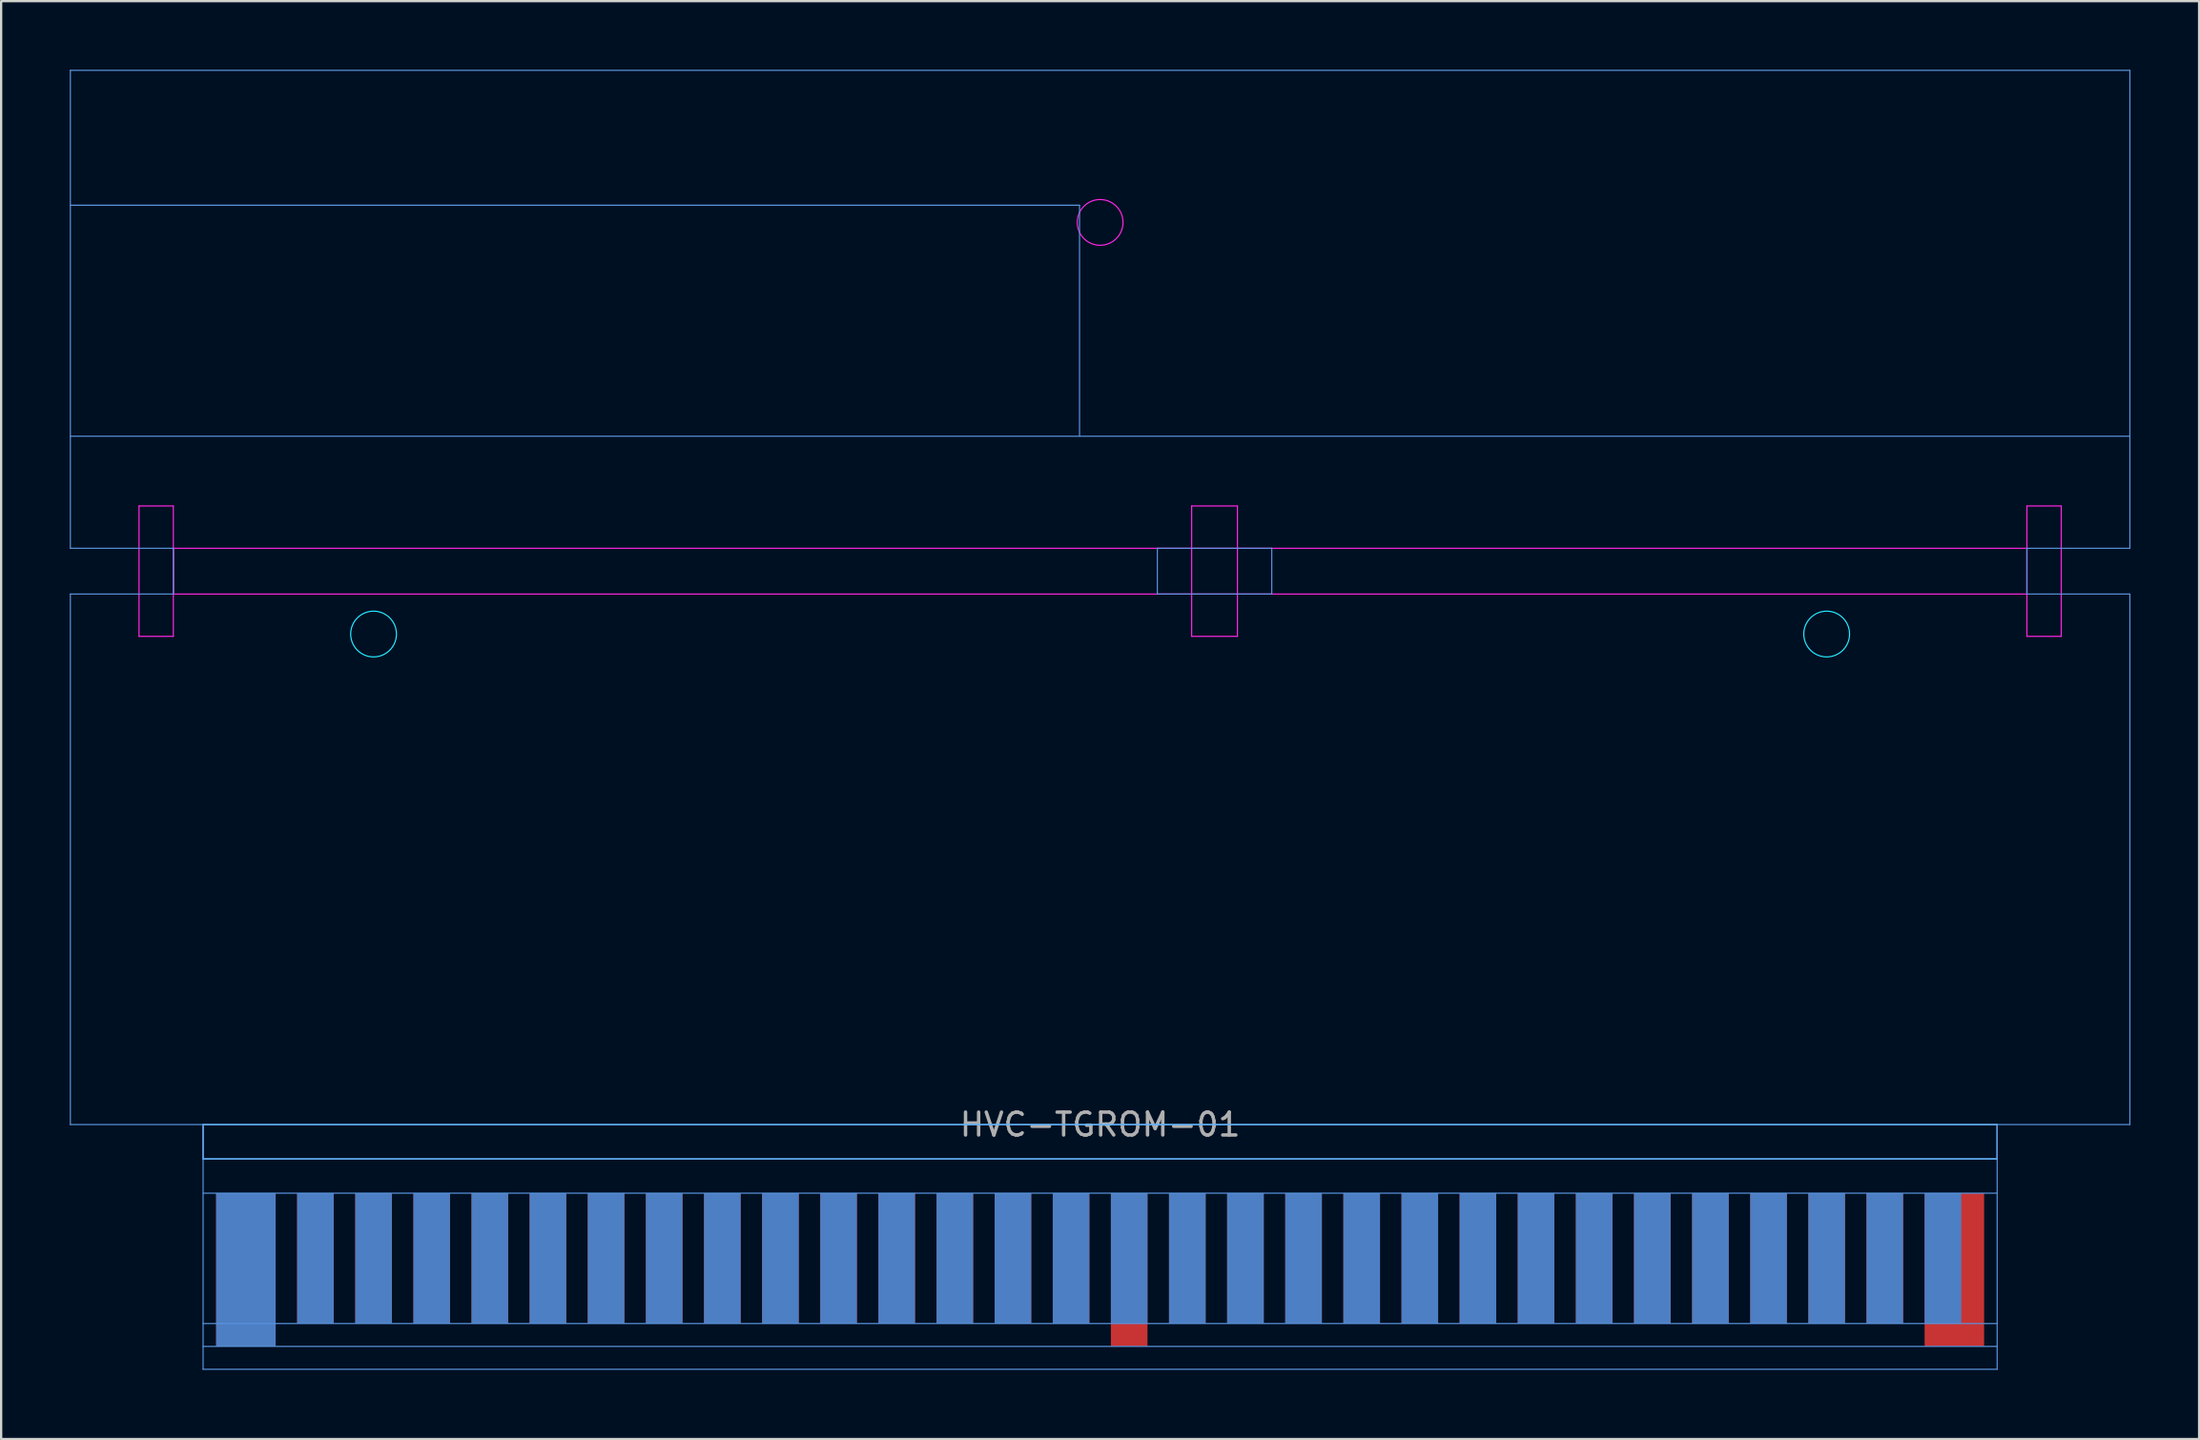
<source format=kicad_pcb>
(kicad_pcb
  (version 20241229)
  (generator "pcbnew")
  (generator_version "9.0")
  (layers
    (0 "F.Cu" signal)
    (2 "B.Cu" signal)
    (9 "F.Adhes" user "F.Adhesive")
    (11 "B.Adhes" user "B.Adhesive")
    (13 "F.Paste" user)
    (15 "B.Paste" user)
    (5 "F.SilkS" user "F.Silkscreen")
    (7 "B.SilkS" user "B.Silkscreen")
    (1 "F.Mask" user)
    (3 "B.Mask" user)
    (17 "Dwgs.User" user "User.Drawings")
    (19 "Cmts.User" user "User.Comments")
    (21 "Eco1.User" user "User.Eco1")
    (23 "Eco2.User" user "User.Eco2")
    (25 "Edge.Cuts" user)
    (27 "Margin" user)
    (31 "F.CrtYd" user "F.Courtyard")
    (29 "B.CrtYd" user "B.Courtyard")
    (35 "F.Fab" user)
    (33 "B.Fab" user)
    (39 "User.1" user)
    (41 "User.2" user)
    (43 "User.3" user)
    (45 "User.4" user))
  (footprint "HVC-TGROM-01"
    (layer "F.Cu")
    (at 45.025 46.125)
    (property "Reference" "HVC-TGROM-01" (at 0 0 0) (layer "F.Fab") (effects (font (size 1 1) (thickness 0.15))))
    (fp_poly (pts (xy 39.191 10.7) (xy -39.2 10.7) (xy -39.2 4) (xy 39.2 4)) (stroke (width 0.1) (type solid)) (fill yes) (layer "F.Mask"))
    (fp_poly (pts (xy 39.191 10.7) (xy -39.2 10.7) (xy -39.2 4) (xy 39.2 4)) (stroke (width 0.1) (type solid)) (fill yes) (layer "B.Mask"))
    (fp_line (start -45 -40.2) (end -0.9 -40.2) (stroke (width 0.05) (type solid)) (layer "Cmts.User"))
    (fp_line (start -45 -30.1) (end 45 -30.1) (stroke (width 0.05) (type solid)) (layer "Cmts.User"))
    (fp_line (start -45 -25.2) (end -45 -46.1) (stroke (width 0.05) (type solid)) (layer "Cmts.User"))
    (fp_line (start -45 -25.2) (end -40.5 -25.2) (stroke (width 0.05) (type solid)) (layer "Cmts.User"))
    (fp_line (start -45 -23.2) (end -40.5 -23.2) (stroke (width 0.05) (type solid)) (layer "Cmts.User"))
    (fp_line (start -45 0) (end -45 -23.2) (stroke (width 0.05) (type solid)) (layer "Cmts.User"))
    (fp_line (start -40.5 -23.2) (end -40.5 -25.2) (stroke (width 0.05) (type solid)) (layer "Cmts.User"))
    (fp_line (start -39.2 0) (end -45 0) (stroke (width 0.05) (type solid)) (layer "Cmts.User"))
    (fp_line (start -39.2 0) (end -39.2 10.7) (stroke (width 0.05) (type solid)) (layer "Cmts.User"))
    (fp_line (start -39.2 3) (end 39.2 3) (stroke (width 0.05) (type solid)) (layer "Cmts.User"))
    (fp_line (start -39.2 8.7) (end 39.2 8.7) (stroke (width 0.05) (type solid)) (layer "Cmts.User"))
    (fp_line (start -39.2 9.7) (end 39.2 9.7) (stroke (width 0.05) (type solid)) (layer "Cmts.User"))
    (fp_line (start -39.2 10.7) (end 39.2 10.7) (stroke (width 0.05) (type solid)) (layer "Cmts.User"))
    (fp_line (start -0.9 -40.2) (end -0.9 -30.1) (stroke (width 0.05) (type solid)) (layer "Cmts.User"))
    (fp_line (start 2.5 -23.2) (end 2.5 -25.2) (stroke (width 0.05) (type solid)) (layer "Cmts.User"))
    (fp_line (start 2.5 -23.2) (end 7.5 -23.2) (stroke (width 0.05) (type solid)) (layer "Cmts.User"))
    (fp_line (start 7.5 -25.2) (end 2.5 -25.2) (stroke (width 0.05) (type solid)) (layer "Cmts.User"))
    (fp_line (start 7.5 -23.2) (end 7.5 -25.2) (stroke (width 0.05) (type solid)) (layer "Cmts.User"))
    (fp_line (start 39.2 0) (end 39.2 10.7) (stroke (width 0.05) (type solid)) (layer "Cmts.User"))
    (fp_line (start 40.5 -25.2) (end 45 -25.2) (stroke (width 0.05) (type solid)) (layer "Cmts.User"))
    (fp_line (start 40.5 -23.2) (end 40.5 -25.2) (stroke (width 0.05) (type solid)) (layer "Cmts.User"))
    (fp_line (start 40.5 -23.2) (end 45 -23.2) (stroke (width 0.05) (type solid)) (layer "Cmts.User"))
    (fp_line (start 45 -46.1) (end -45 -46.1) (stroke (width 0.05) (type solid)) (layer "Cmts.User"))
    (fp_line (start 45 -25.2) (end 45 -46.1) (stroke (width 0.05) (type solid)) (layer "Cmts.User"))
    (fp_line (start 45 0) (end 39.2 0) (stroke (width 0.05) (type solid)) (layer "Cmts.User"))
    (fp_line (start 45 0) (end 45 -23.2) (stroke (width 0.05) (type solid)) (layer "Cmts.User"))
    (fp_line (start -39.2 0) (end 39.2 0) (stroke (width 0.05) (type solid)) (layer "B.CrtYd"))
    (fp_line (start -39.2 1.5) (end -39.2 0) (stroke (width 0.05) (type solid)) (layer "B.CrtYd"))
    (fp_line (start -39.2 1.5) (end 39.2 1.5) (stroke (width 0.05) (type solid)) (layer "B.CrtYd"))
    (fp_line (start 39.2 1.5) (end 39.2 0) (stroke (width 0.05) (type solid)) (layer "B.CrtYd"))
    (fp_circle (center -31.75 -21.45) (end -30.75 -21.45) (stroke (width 0.05) (type solid)) (fill no) (layer "B.CrtYd"))
    (fp_circle (center 31.75 -21.45) (end 32.75 -21.45) (stroke (width 0.05) (type solid)) (fill no) (layer "B.CrtYd"))
    (fp_line (start -42 -27.05) (end -42 -21.35) (stroke (width 0.05) (type solid)) (layer "F.CrtYd"))
    (fp_line (start -42 -21.35) (end -40.5 -21.35) (stroke (width 0.05) (type solid)) (layer "F.CrtYd"))
    (fp_line (start -40.5 -27.05) (end -42 -27.05) (stroke (width 0.05) (type solid)) (layer "F.CrtYd"))
    (fp_line (start -40.5 -27.05) (end -40.5 -21.35) (stroke (width 0.05) (type solid)) (layer "F.CrtYd"))
    (fp_line (start -40.5 -25.2) (end 40.5 -25.2) (stroke (width 0.05) (type solid)) (layer "F.CrtYd"))
    (fp_line (start -40.5 -23.2) (end -40.5 -25.2) (stroke (width 0.05) (type solid)) (layer "F.CrtYd"))
    (fp_line (start -39.2 0) (end -39.2 1.5) (stroke (width 0.05) (type solid)) (layer "F.CrtYd"))
    (fp_line (start -39.2 0) (end 39.2 0) (stroke (width 0.05) (type solid)) (layer "F.CrtYd"))
    (fp_line (start -39.2 1.5) (end 39.2 1.5) (stroke (width 0.05) (type solid)) (layer "F.CrtYd"))
    (fp_line (start 4 -27.05) (end 4 -21.35) (stroke (width 0.05) (type solid)) (layer "F.CrtYd"))
    (fp_line (start 4 -21.35) (end 6 -21.35) (stroke (width 0.05) (type solid)) (layer "F.CrtYd"))
    (fp_line (start 6 -27.05) (end 4 -27.05) (stroke (width 0.05) (type solid)) (layer "F.CrtYd"))
    (fp_line (start 6 -27.05) (end 6 -21.35) (stroke (width 0.05) (type solid)) (layer "F.CrtYd"))
    (fp_line (start 39.2 0) (end 39.2 1.5) (stroke (width 0.05) (type solid)) (layer "F.CrtYd"))
    (fp_line (start 40.5 -27.05) (end 40.5 -21.35) (stroke (width 0.05) (type solid)) (layer "F.CrtYd"))
    (fp_line (start 40.5 -27.05) (end 42 -27.05) (stroke (width 0.05) (type solid)) (layer "F.CrtYd"))
    (fp_line (start 40.5 -25.2) (end 40.5 -23.2) (stroke (width 0.05) (type solid)) (layer "F.CrtYd"))
    (fp_line (start 40.5 -23.2) (end -40.5 -23.2) (stroke (width 0.05) (type solid)) (layer "F.CrtYd"))
    (fp_line (start 42 -27.05) (end 42 -21.35) (stroke (width 0.05) (type solid)) (layer "F.CrtYd"))
    (fp_line (start 42 -21.35) (end 40.5 -21.35) (stroke (width 0.05) (type solid)) (layer "F.CrtYd"))
    (fp_circle (center 0 -39.45) (end 1 -39.45) (stroke (width 0.05) (type solid)) (fill no) (layer "F.CrtYd"))
    (pad "1" connect rect (at -37.33 6.35) (size 2.6 6.7) (layers "F.Cu"))
    (pad "2" connect rect (at -34.29 5.85) (size 1.6 5.7) (layers "F.Cu"))
    (pad "3" connect rect (at -31.75 5.85) (size 1.6 5.7) (layers "F.Cu"))
    (pad "4" connect rect (at -29.21 5.85) (size 1.6 5.7) (layers "F.Cu"))
    (pad "5" connect rect (at -26.67 5.85) (size 1.6 5.7) (layers "F.Cu"))
    (pad "6" connect rect (at -24.13 5.85) (size 1.6 5.7) (layers "F.Cu"))
    (pad "7" connect rect (at -21.59 5.85) (size 1.6 5.7) (layers "F.Cu"))
    (pad "8" connect rect (at -19.05 5.85) (size 1.6 5.7) (layers "F.Cu"))
    (pad "9" connect rect (at -16.51 5.85) (size 1.6 5.7) (layers "F.Cu"))
    (pad "10" connect rect (at -13.97 5.85) (size 1.6 5.7) (layers "F.Cu"))
    (pad "11" connect rect (at -11.43 5.85) (size 1.6 5.7) (layers "F.Cu"))
    (pad "12" connect rect (at -8.89 5.85) (size 1.6 5.7) (layers "F.Cu"))
    (pad "13" connect rect (at -6.35 5.85) (size 1.6 5.7) (layers "F.Cu"))
    (pad "14" connect rect (at -3.81 5.85) (size 1.6 5.7) (layers "F.Cu"))
    (pad "15" connect rect (at -1.27 5.85) (size 1.6 5.7) (layers "F.Cu"))
    (pad "16" connect rect (at 1.27 6.35) (size 1.6 6.7) (layers "F.Cu"))
    (pad "17" connect rect (at 3.81 5.85) (size 1.6 5.7) (layers "F.Cu"))
    (pad "18" connect rect (at 6.35 5.85) (size 1.6 5.7) (layers "F.Cu"))
    (pad "19" connect rect (at 8.89 5.85) (size 1.6 5.7) (layers "F.Cu"))
    (pad "20" connect rect (at 11.43 5.85) (size 1.6 5.7) (layers "F.Cu"))
    (pad "21" connect rect (at 13.97 5.85) (size 1.6 5.7) (layers "F.Cu"))
    (pad "22" connect rect (at 16.51 5.85) (size 1.6 5.7) (layers "F.Cu"))
    (pad "23" connect rect (at 19.05 5.85) (size 1.6 5.7) (layers "F.Cu"))
    (pad "24" connect rect (at 21.59 5.85) (size 1.6 5.7) (layers "F.Cu"))
    (pad "25" connect rect (at 24.13 5.85) (size 1.6 5.7) (layers "F.Cu"))
    (pad "26" connect rect (at 26.67 5.85) (size 1.6 5.7) (layers "F.Cu"))
    (pad "27" connect rect (at 29.21 5.85) (size 1.6 5.7) (layers "F.Cu"))
    (pad "28" connect rect (at 31.75 5.85) (size 1.6 5.7) (layers "F.Cu"))
    (pad "29" connect rect (at 34.29 5.85) (size 1.6 5.7) (layers "F.Cu"))
    (pad "30" connect rect (at 37.33 6.35) (size 2.6 6.7) (layers "F.Cu"))
    (pad "31" connect rect (at -37.33 6.35) (size 2.6 6.7) (layers "B.Cu"))
    (pad "32" connect rect (at -34.29 5.85) (size 1.6 5.7) (layers "B.Cu"))
    (pad "33" connect rect (at -31.75 5.85) (size 1.6 5.7) (layers "B.Cu"))
    (pad "34" connect rect (at -29.21 5.85) (size 1.6 5.7) (layers "B.Cu"))
    (pad "35" connect rect (at -26.67 5.85) (size 1.6 5.7) (layers "B.Cu"))
    (pad "36" connect rect (at -24.13 5.85) (size 1.6 5.7) (layers "B.Cu"))
    (pad "37" connect rect (at -21.59 5.85) (size 1.6 5.7) (layers "B.Cu"))
    (pad "38" connect rect (at -19.05 5.85) (size 1.6 5.7) (layers "B.Cu"))
    (pad "39" connect rect (at -16.51 5.85) (size 1.6 5.7) (layers "B.Cu"))
    (pad "40" connect rect (at -13.97 5.85) (size 1.6 5.7) (layers "B.Cu"))
    (pad "41" connect rect (at -11.43 5.85) (size 1.6 5.7) (layers "B.Cu"))
    (pad "42" connect rect (at -8.89 5.85) (size 1.6 5.7) (layers "B.Cu"))
    (pad "43" connect rect (at -6.35 5.85) (size 1.6 5.7) (layers "B.Cu"))
    (pad "44" connect rect (at -3.81 5.85) (size 1.6 5.7) (layers "B.Cu"))
    (pad "45" connect rect (at -1.27 5.85) (size 1.6 5.7) (layers "B.Cu"))
    (pad "46" connect rect (at 1.27 5.85) (size 1.6 5.7) (layers "B.Cu"))
    (pad "47" connect rect (at 3.81 5.85) (size 1.6 5.7) (layers "B.Cu"))
    (pad "48" connect rect (at 6.35 5.85) (size 1.6 5.7) (layers "B.Cu"))
    (pad "49" connect rect (at 8.89 5.85) (size 1.6 5.7) (layers "B.Cu"))
    (pad "50" connect rect (at 11.43 5.85) (size 1.6 5.7) (layers "B.Cu"))
    (pad "51" connect rect (at 13.97 5.85) (size 1.6 5.7) (layers "B.Cu"))
    (pad "52" connect rect (at 16.51 5.85) (size 1.6 5.7) (layers "B.Cu"))
    (pad "53" connect rect (at 19.05 5.85) (size 1.6 5.7) (layers "B.Cu"))
    (pad "54" connect rect (at 21.59 5.85) (size 1.6 5.7) (layers "B.Cu"))
    (pad "55" connect rect (at 24.13 5.85) (size 1.6 5.7) (layers "B.Cu"))
    (pad "56" connect rect (at 26.67 5.85) (size 1.6 5.7) (layers "B.Cu"))
    (pad "57" connect rect (at 29.21 5.85) (size 1.6 5.7) (layers "B.Cu"))
    (pad "58" connect rect (at 31.75 5.85) (size 1.6 5.7) (layers "B.Cu"))
    (pad "59" connect rect (at 34.29 5.85) (size 1.6 5.7) (layers "B.Cu"))
    (pad "60" connect rect (at 36.83 5.85) (size 1.6 5.7) (layers "B.Cu")))
  (gr_rect
    (start -3 -3)
    (end 93.05 59.875)
    (stroke (width 0.1) (type default))
    (fill no)
    (layer "Edge.Cuts")))
</source>
